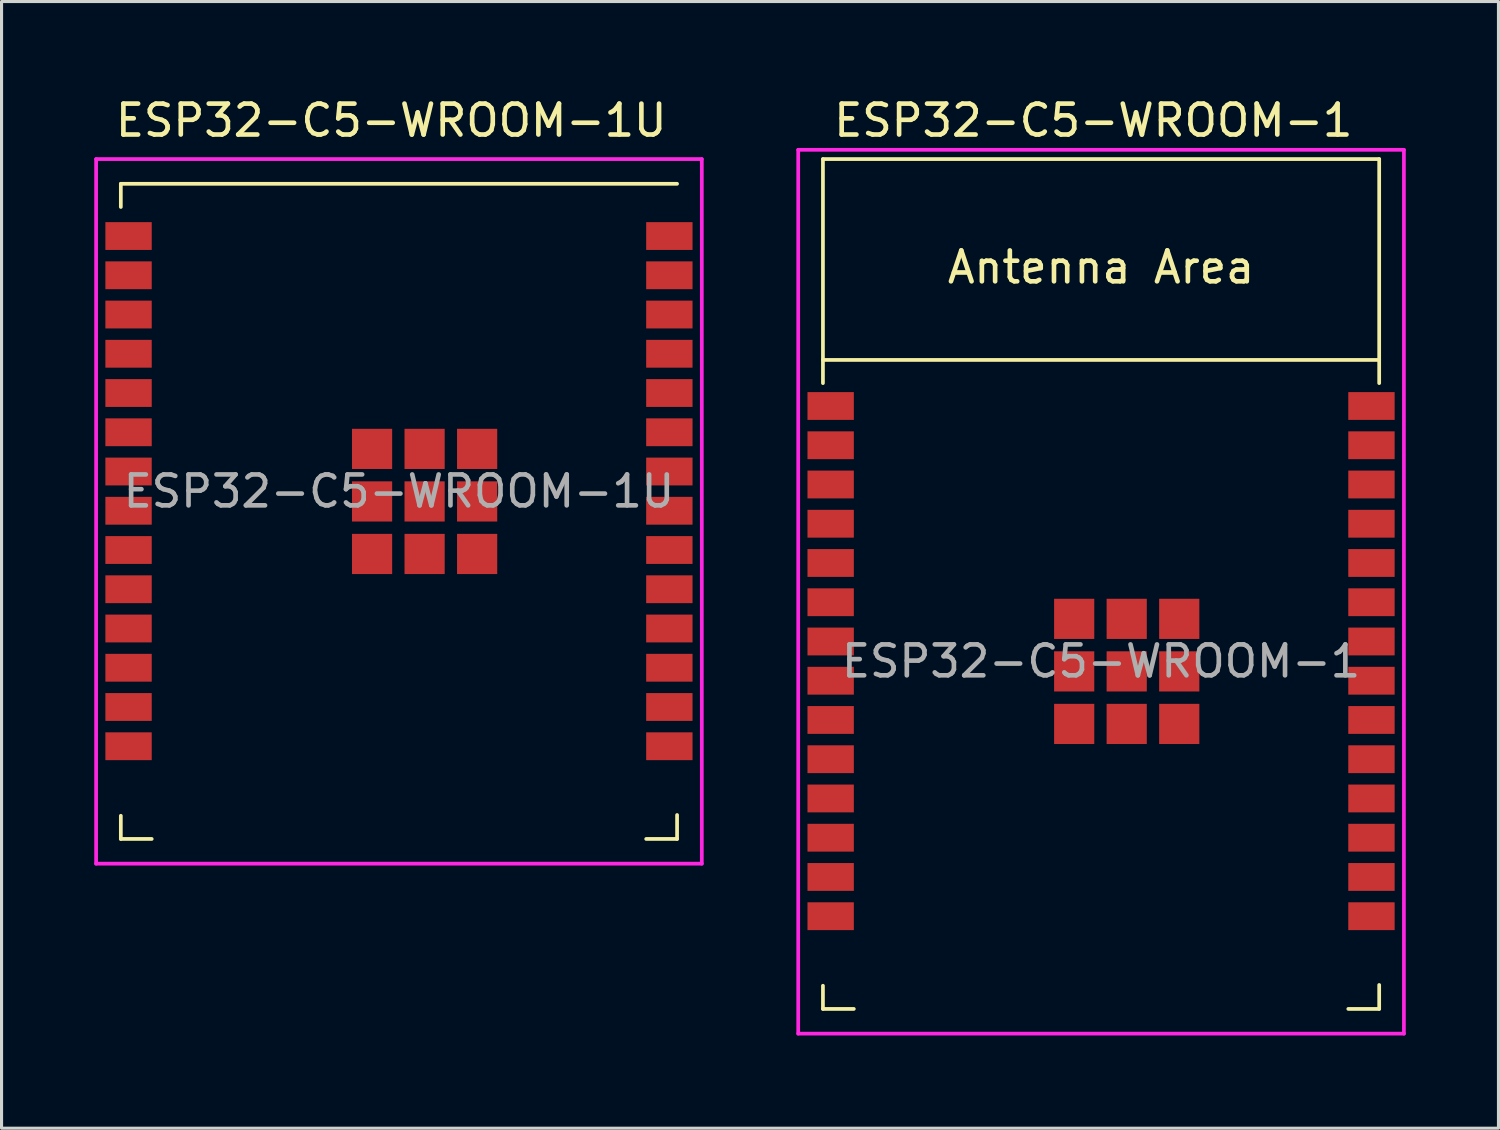
<source format=kicad_pcb>
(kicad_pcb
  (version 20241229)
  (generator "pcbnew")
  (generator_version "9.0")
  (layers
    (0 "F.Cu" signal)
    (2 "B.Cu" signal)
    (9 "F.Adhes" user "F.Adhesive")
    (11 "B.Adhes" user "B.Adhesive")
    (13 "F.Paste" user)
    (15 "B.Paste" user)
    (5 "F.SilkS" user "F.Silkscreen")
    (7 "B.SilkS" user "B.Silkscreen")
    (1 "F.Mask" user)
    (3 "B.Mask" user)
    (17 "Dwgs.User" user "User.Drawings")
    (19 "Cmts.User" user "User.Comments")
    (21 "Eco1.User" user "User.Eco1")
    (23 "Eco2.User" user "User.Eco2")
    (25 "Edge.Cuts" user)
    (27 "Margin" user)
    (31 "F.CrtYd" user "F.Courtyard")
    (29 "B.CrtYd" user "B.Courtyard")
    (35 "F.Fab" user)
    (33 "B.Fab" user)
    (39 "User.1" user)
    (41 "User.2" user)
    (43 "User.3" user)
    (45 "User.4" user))
  (footprint "ESP32-C5-WROOM-1U"
    (layer "F.Cu")
    (at 9.64 13.176)
    (property "Reference" "ESP32-C5-WROOM-1U" (at -0.03 -12.328 0) (layer "F.SilkS") (effects (font (size 1 1) (thickness 0.15))))
    (attr smd)
    (fp_line (start -8.78 -10.278) (end -8.78 -9.528) (stroke (width 0.12) (type solid)) (layer "F.SilkS"))
    (fp_line (start -8.78 10.172) (end -8.78 10.922) (stroke (width 0.12) (type solid)) (layer "F.SilkS"))
    (fp_line (start -8.78 10.922) (end -7.78 10.922) (stroke (width 0.12) (type solid)) (layer "F.SilkS"))
    (fp_line (start 9.22 -10.278) (end -8.78 -10.278) (stroke (width 0.12) (type solid)) (layer "F.SilkS"))
    (fp_line (start 9.22 10.147) (end 9.22 10.922) (stroke (width 0.12) (type solid)) (layer "F.SilkS"))
    (fp_line (start 9.22 10.922) (end 8.22 10.922) (stroke (width 0.12) (type solid)) (layer "F.SilkS"))
    (fp_line (start -8.78 -10.278) (end 9.22 -10.278) (stroke (width 0.12) (type solid)) (layer "Eco2.User"))
    (fp_line (start -8.78 10.922) (end -8.78 -10.278) (stroke (width 0.12) (type solid)) (layer "Eco2.User"))
    (fp_line (start 9.22 -10.278) (end 9.22 10.922) (stroke (width 0.12) (type solid)) (layer "Eco2.User"))
    (fp_line (start 9.22 10.922) (end -8.78 10.922) (stroke (width 0.12) (type solid)) (layer "Eco2.User"))
    (fp_line (start -9.58 -11.078) (end -9.58 11.722) (stroke (width 0.12) (type solid)) (layer "F.CrtYd"))
    (fp_line (start -9.58 11.722) (end 10.02 11.722) (stroke (width 0.12) (type solid)) (layer "F.CrtYd"))
    (fp_line (start 10.02 -11.078) (end -9.58 -11.078) (stroke (width 0.12) (type solid)) (layer "F.CrtYd"))
    (fp_line (start 10.02 -11.078) (end 10.02 11.722) (stroke (width 0.12) (type solid)) (layer "F.CrtYd"))
    (fp_text user "${REFERENCE}" (at 0.22 -0.328 0) (layer "F.Fab") (effects (font (size 1 1) (thickness 0.15))))
    (pad "1" smd rect (at -8.53 -8.588) (size 1.5 0.9) (layers "F.Cu" "F.Mask" "F.Paste"))
    (pad "2" smd rect (at -8.53 -7.318) (size 1.5 0.9) (layers "F.Cu" "F.Mask" "F.Paste"))
    (pad "3" smd rect (at -8.53 -6.048) (size 1.5 0.9) (layers "F.Cu" "F.Mask" "F.Paste"))
    (pad "4" smd rect (at -8.53 -4.778) (size 1.5 0.9) (layers "F.Cu" "F.Mask" "F.Paste"))
    (pad "5" smd rect (at -8.53 -3.508) (size 1.5 0.9) (layers "F.Cu" "F.Mask" "F.Paste"))
    (pad "6" smd rect (at -8.53 -2.238) (size 1.5 0.9) (layers "F.Cu" "F.Mask" "F.Paste"))
    (pad "7" smd rect (at -8.53 -0.968) (size 1.5 0.9) (layers "F.Cu" "F.Mask" "F.Paste"))
    (pad "8" smd rect (at -8.53 0.302) (size 1.5 0.9) (layers "F.Cu" "F.Mask" "F.Paste"))
    (pad "9" smd rect (at -8.53 1.572) (size 1.5 0.9) (layers "F.Cu" "F.Mask" "F.Paste"))
    (pad "10" smd rect (at -8.53 2.842) (size 1.5 0.9) (layers "F.Cu" "F.Mask" "F.Paste"))
    (pad "11" smd rect (at -8.53 4.112) (size 1.5 0.9) (layers "F.Cu" "F.Mask" "F.Paste"))
    (pad "12" smd rect (at -8.53 5.382) (size 1.5 0.9) (layers "F.Cu" "F.Mask" "F.Paste"))
    (pad "13" smd rect (at -8.53 6.652) (size 1.5 0.9) (layers "F.Cu" "F.Mask" "F.Paste"))
    (pad "14" smd rect (at -8.53 7.922) (size 1.5 0.9) (layers "F.Cu" "F.Mask" "F.Paste"))
    (pad "15" smd rect (at 8.97 7.922 180) (size 1.5 0.9) (layers "F.Cu" "F.Mask" "F.Paste"))
    (pad "16" smd rect (at 8.97 6.652 180) (size 1.5 0.9) (layers "F.Cu" "F.Mask" "F.Paste"))
    (pad "17" smd rect (at 8.97 5.382 180) (size 1.5 0.9) (layers "F.Cu" "F.Mask" "F.Paste"))
    (pad "18" smd rect (at 8.97 4.112 180) (size 1.5 0.9) (layers "F.Cu" "F.Mask" "F.Paste"))
    (pad "19" smd rect (at 8.97 2.842 180) (size 1.5 0.9) (layers "F.Cu" "F.Mask" "F.Paste"))
    (pad "20" smd rect (at 8.97 1.572 180) (size 1.5 0.9) (layers "F.Cu" "F.Mask" "F.Paste"))
    (pad "21" smd rect (at 8.97 0.302 180) (size 1.5 0.9) (layers "F.Cu" "F.Mask" "F.Paste"))
    (pad "22" smd rect (at 8.97 -0.968 180) (size 1.5 0.9) (layers "F.Cu" "F.Mask" "F.Paste"))
    (pad "23" smd rect (at 8.97 -2.238 180) (size 1.5 0.9) (layers "F.Cu" "F.Mask" "F.Paste"))
    (pad "24" smd rect (at 8.97 -3.508 180) (size 1.5 0.9) (layers "F.Cu" "F.Mask" "F.Paste"))
    (pad "25" smd rect (at 8.97 -4.778 180) (size 1.5 0.9) (layers "F.Cu" "F.Mask" "F.Paste"))
    (pad "26" smd rect (at 8.97 -6.048 180) (size 1.5 0.9) (layers "F.Cu" "F.Mask" "F.Paste"))
    (pad "27" smd rect (at 8.97 -7.318 180) (size 1.5 0.9) (layers "F.Cu" "F.Mask" "F.Paste"))
    (pad "28" smd rect (at 8.97 -8.588 180) (size 1.5 0.9) (layers "F.Cu" "F.Mask" "F.Paste"))
    (pad "29" smd rect (at -0.65 -1.7 180) (size 1.3 1.3) (layers "F.Cu" "F.Mask" "F.Paste"))
    (pad "29" smd rect (at -0.65 0 180) (size 1.3 1.3) (layers "F.Cu" "F.Mask" "F.Paste"))
    (pad "29" smd rect (at -0.65 1.7 180) (size 1.3 1.3) (layers "F.Cu" "F.Mask" "F.Paste"))
    (pad "29" smd rect (at 1.05 -1.7 180) (size 1.3 1.3) (layers "F.Cu" "F.Mask" "F.Paste"))
    (pad "29" smd rect (at 1.05 0 180) (size 1.3 1.3) (layers "F.Cu" "F.Mask" "F.Paste"))
    (pad "29" smd rect (at 1.05 1.7 180) (size 1.3 1.3) (layers "F.Cu" "F.Mask" "F.Paste"))
    (pad "29" smd rect (at 2.75 -1.7 180) (size 1.3 1.3) (layers "F.Cu" "F.Mask" "F.Paste"))
    (pad "29" smd rect (at 2.75 0 180) (size 1.3 1.3) (layers "F.Cu" "F.Mask" "F.Paste"))
    (pad "29" smd rect (at 2.75 1.7 180) (size 1.3 1.3) (layers "F.Cu" "F.Mask" "F.Paste")))
  (footprint "ESP32-C5-WROOM-1"
    (layer "F.Cu")
    (at 32.33 15.848)
    (property "Reference" "ESP32-C5-WROOM-1" (at 0 -15 0) (layer "F.SilkS") (effects (font (size 1 1) (thickness 0.15))))
    (attr smd)
    (fp_line (start -8.75 -13.75) (end -8.75 -6.5) (stroke (width 0.12) (type solid)) (layer "F.SilkS"))
    (fp_line (start -8.75 -13.75) (end 9.25 -13.75) (stroke (width 0.12) (type solid)) (layer "F.SilkS"))
    (fp_line (start -8.75 13) (end -8.75 13.75) (stroke (width 0.12) (type solid)) (layer "F.SilkS"))
    (fp_line (start -8.75 13.75) (end -7.75 13.75) (stroke (width 0.12) (type solid)) (layer "F.SilkS"))
    (fp_line (start 9.25 -13.75) (end 9.25 -6.5) (stroke (width 0.12) (type solid)) (layer "F.SilkS"))
    (fp_line (start 9.25 -7.25) (end -8.75 -7.25) (stroke (width 0.12) (type solid)) (layer "F.SilkS"))
    (fp_line (start 9.25 12.975) (end 9.25 13.75) (stroke (width 0.12) (type solid)) (layer "F.SilkS"))
    (fp_line (start 9.25 13.75) (end 8.25 13.75) (stroke (width 0.12) (type solid)) (layer "F.SilkS"))
    (fp_line (start -8.75 -13.75) (end 9.25 -13.75) (stroke (width 0.12) (type solid)) (layer "Eco2.User"))
    (fp_line (start -8.75 -7.25) (end 9.25 -7.25) (stroke (width 0.12) (type solid)) (layer "Eco2.User"))
    (fp_line (start -8.75 13.75) (end -8.75 -13.25) (stroke (width 0.12) (type solid)) (layer "Eco2.User"))
    (fp_line (start 9.25 -13.25) (end 9.25 13.75) (stroke (width 0.12) (type solid)) (layer "Eco2.User"))
    (fp_line (start 9.25 13.75) (end -8.75 13.75) (stroke (width 0.12) (type solid)) (layer "Eco2.User"))
    (fp_line (start -9.55 -14.05) (end -9.55 14.55) (stroke (width 0.12) (type solid)) (layer "F.CrtYd"))
    (fp_line (start -9.55 14.55) (end 10.05 14.55) (stroke (width 0.12) (type solid)) (layer "F.CrtYd"))
    (fp_line (start 10.05 -14.05) (end -9.55 -14.05) (stroke (width 0.12) (type solid)) (layer "F.CrtYd"))
    (fp_line (start 10.05 -14.05) (end 10.05 14.55) (stroke (width 0.12) (type solid)) (layer "F.CrtYd"))
    (fp_text user "Antenna Area" (at 0.25 -10.25 0) (layer "F.SilkS") (effects (font (size 1 1) (thickness 0.15))))
    (fp_text user "Antenna Area" (at 0.25 -10.25 0) (layer "Eco2.User") (effects (font (size 1 1) (thickness 0.15))))
    (fp_text user "${REFERENCE}" (at 0.25 2.5 0) (layer "F.Fab") (effects (font (size 1 1) (thickness 0.15))))
    (pad "1" smd rect (at -8.5 -5.76) (size 1.5 0.9) (layers "F.Cu" "F.Mask" "F.Paste"))
    (pad "2" smd rect (at -8.5 -4.49) (size 1.5 0.9) (layers "F.Cu" "F.Mask" "F.Paste"))
    (pad "3" smd rect (at -8.5 -3.22) (size 1.5 0.9) (layers "F.Cu" "F.Mask" "F.Paste"))
    (pad "4" smd rect (at -8.5 -1.95) (size 1.5 0.9) (layers "F.Cu" "F.Mask" "F.Paste"))
    (pad "5" smd rect (at -8.5 -0.68) (size 1.5 0.9) (layers "F.Cu" "F.Mask" "F.Paste"))
    (pad "6" smd rect (at -8.5 0.59) (size 1.5 0.9) (layers "F.Cu" "F.Mask" "F.Paste"))
    (pad "7" smd rect (at -8.5 1.86) (size 1.5 0.9) (layers "F.Cu" "F.Mask" "F.Paste"))
    (pad "8" smd rect (at -8.5 3.13) (size 1.5 0.9) (layers "F.Cu" "F.Mask" "F.Paste"))
    (pad "9" smd rect (at -8.5 4.4) (size 1.5 0.9) (layers "F.Cu" "F.Mask" "F.Paste"))
    (pad "10" smd rect (at -8.5 5.67) (size 1.5 0.9) (layers "F.Cu" "F.Mask" "F.Paste"))
    (pad "11" smd rect (at -8.5 6.94) (size 1.5 0.9) (layers "F.Cu" "F.Mask" "F.Paste"))
    (pad "12" smd rect (at -8.5 8.21) (size 1.5 0.9) (layers "F.Cu" "F.Mask" "F.Paste"))
    (pad "13" smd rect (at -8.5 9.48) (size 1.5 0.9) (layers "F.Cu" "F.Mask" "F.Paste"))
    (pad "14" smd rect (at -8.5 10.75) (size 1.5 0.9) (layers "F.Cu" "F.Mask" "F.Paste"))
    (pad "15" smd rect (at 9 10.75 180) (size 1.5 0.9) (layers "F.Cu" "F.Mask" "F.Paste"))
    (pad "16" smd rect (at 9 9.48 180) (size 1.5 0.9) (layers "F.Cu" "F.Mask" "F.Paste"))
    (pad "17" smd rect (at 9 8.21 180) (size 1.5 0.9) (layers "F.Cu" "F.Mask" "F.Paste"))
    (pad "18" smd rect (at 9 6.94 180) (size 1.5 0.9) (layers "F.Cu" "F.Mask" "F.Paste"))
    (pad "19" smd rect (at 9 5.67 180) (size 1.5 0.9) (layers "F.Cu" "F.Mask" "F.Paste"))
    (pad "20" smd rect (at 9 4.4 180) (size 1.5 0.9) (layers "F.Cu" "F.Mask" "F.Paste"))
    (pad "21" smd rect (at 9 3.13 180) (size 1.5 0.9) (layers "F.Cu" "F.Mask" "F.Paste"))
    (pad "22" smd rect (at 9 1.86 180) (size 1.5 0.9) (layers "F.Cu" "F.Mask" "F.Paste"))
    (pad "23" smd rect (at 9 0.59 180) (size 1.5 0.9) (layers "F.Cu" "F.Mask" "F.Paste"))
    (pad "24" smd rect (at 9 -0.68 180) (size 1.5 0.9) (layers "F.Cu" "F.Mask" "F.Paste"))
    (pad "25" smd rect (at 9 -1.95 180) (size 1.5 0.9) (layers "F.Cu" "F.Mask" "F.Paste"))
    (pad "26" smd rect (at 9 -3.22 180) (size 1.5 0.9) (layers "F.Cu" "F.Mask" "F.Paste"))
    (pad "27" smd rect (at 9 -4.49 180) (size 1.5 0.9) (layers "F.Cu" "F.Mask" "F.Paste"))
    (pad "28" smd rect (at 9 -5.76 180) (size 1.5 0.9) (layers "F.Cu" "F.Mask" "F.Paste"))
    (pad "29" smd rect (at -0.62 1.128 180) (size 1.3 1.3) (layers "F.Cu" "F.Mask" "F.Paste"))
    (pad "29" smd rect (at -0.62 2.828 180) (size 1.3 1.3) (layers "F.Cu" "F.Mask" "F.Paste"))
    (pad "29" smd rect (at -0.62 4.528 180) (size 1.3 1.3) (layers "F.Cu" "F.Mask" "F.Paste"))
    (pad "29" smd rect (at 1.08 1.128 180) (size 1.3 1.3) (layers "F.Cu" "F.Mask" "F.Paste"))
    (pad "29" smd rect (at 1.08 2.828 180) (size 1.3 1.3) (layers "F.Cu" "F.Mask" "F.Paste"))
    (pad "29" smd rect (at 1.08 4.528 180) (size 1.3 1.3) (layers "F.Cu" "F.Mask" "F.Paste"))
    (pad "29" smd rect (at 2.78 1.128 180) (size 1.3 1.3) (layers "F.Cu" "F.Mask" "F.Paste"))
    (pad "29" smd rect (at 2.78 2.828 180) (size 1.3 1.3) (layers "F.Cu" "F.Mask" "F.Paste"))
    (pad "29" smd rect (at 2.78 4.528 180) (size 1.3 1.3) (layers "F.Cu" "F.Mask" "F.Paste"))
    (zone (net_name "") (layers "F.Cu" "B.Cu") (name "antenna keepout") (hatch edge 0.508) (connect_pads) (min_thickness 0.254) (filled_areas_thickness no) (keepout (tracks not_allowed) (vias not_allowed) (pads not_allowed) (copperpour not_allowed) (footprints not_allowed)) (placement (enabled no)) (fill) (polygon (pts (xy 41.58 8.598) (xy 23.58 8.598) (xy 23.58 2.098) (xy 41.58 2.098)))))
  (gr_rect
    (start -3 -3)
    (end 45.44 33.458)
    (stroke (width 0.1) (type default))
    (fill no)
    (layer "Edge.Cuts")))
</source>
